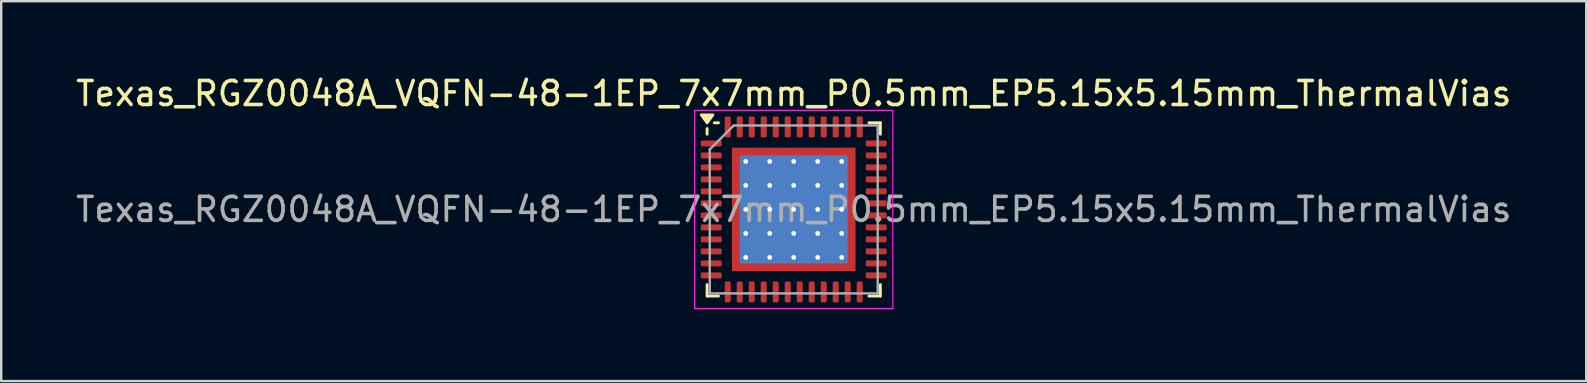
<source format=kicad_pcb>
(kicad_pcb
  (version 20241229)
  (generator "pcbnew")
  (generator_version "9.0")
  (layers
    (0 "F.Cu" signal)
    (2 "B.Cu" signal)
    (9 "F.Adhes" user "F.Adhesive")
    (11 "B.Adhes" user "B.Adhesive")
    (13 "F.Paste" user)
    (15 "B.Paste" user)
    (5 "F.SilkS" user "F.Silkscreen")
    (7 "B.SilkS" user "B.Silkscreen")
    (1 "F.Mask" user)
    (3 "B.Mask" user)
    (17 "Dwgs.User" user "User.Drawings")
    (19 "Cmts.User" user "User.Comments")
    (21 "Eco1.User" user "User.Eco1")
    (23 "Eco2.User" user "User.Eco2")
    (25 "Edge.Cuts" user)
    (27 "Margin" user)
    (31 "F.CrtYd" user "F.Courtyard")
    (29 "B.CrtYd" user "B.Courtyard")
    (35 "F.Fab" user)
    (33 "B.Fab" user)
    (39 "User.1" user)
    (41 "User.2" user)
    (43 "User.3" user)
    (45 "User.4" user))
  (footprint "Texas_RGZ0048A_VQFN-48-1EP_7x7mm_P0.5mm_EP5.15x5.15mm_ThermalVias"
    (layer "F.Cu")
    (at 30.03 5.678)
    (property "Reference" "Texas_RGZ0048A_VQFN-48-1EP_7x7mm_P0.5mm_EP5.15x5.15mm_ThermalVias" (at 0 -4.83 0) (layer "F.SilkS") (effects (font (size 1 1) (thickness 0.15))))
    (attr smd)
    (fp_line (start -3.61 -3.135) (end -3.61 -3.37) (stroke (width 0.12) (type solid)) (layer "F.SilkS"))
    (fp_line (start -3.61 3.61) (end -3.61 3.135) (stroke (width 0.12) (type solid)) (layer "F.SilkS"))
    (fp_line (start -3.135 -3.61) (end -3.31 -3.61) (stroke (width 0.12) (type solid)) (layer "F.SilkS"))
    (fp_line (start -3.135 3.61) (end -3.61 3.61) (stroke (width 0.12) (type solid)) (layer "F.SilkS"))
    (fp_line (start 3.135 -3.61) (end 3.61 -3.61) (stroke (width 0.12) (type solid)) (layer "F.SilkS"))
    (fp_line (start 3.135 3.61) (end 3.61 3.61) (stroke (width 0.12) (type solid)) (layer "F.SilkS"))
    (fp_line (start 3.61 -3.61) (end 3.61 -3.135) (stroke (width 0.12) (type solid)) (layer "F.SilkS"))
    (fp_line (start 3.61 3.61) (end 3.61 3.135) (stroke (width 0.12) (type solid)) (layer "F.SilkS"))
    (fp_poly (pts (xy -3.61 -3.61) (xy -3.85 -3.94) (xy -3.37 -3.94) (xy -3.61 -3.61)) (stroke (width 0.12) (type solid)) (fill yes) (layer "F.SilkS"))
    (fp_line (start -4.13 -4.13) (end -4.13 4.13) (stroke (width 0.05) (type solid)) (layer "F.CrtYd"))
    (fp_line (start -4.13 4.13) (end 4.13 4.13) (stroke (width 0.05) (type solid)) (layer "F.CrtYd"))
    (fp_line (start 4.13 -4.13) (end -4.13 -4.13) (stroke (width 0.05) (type solid)) (layer "F.CrtYd"))
    (fp_line (start 4.13 4.13) (end 4.13 -4.13) (stroke (width 0.05) (type solid)) (layer "F.CrtYd"))
    (fp_line (start -3.5 -2.5) (end -2.5 -3.5) (stroke (width 0.1) (type solid)) (layer "F.Fab"))
    (fp_line (start -3.5 3.5) (end -3.5 -2.5) (stroke (width 0.1) (type solid)) (layer "F.Fab"))
    (fp_line (start -2.5 -3.5) (end 3.5 -3.5) (stroke (width 0.1) (type solid)) (layer "F.Fab"))
    (fp_line (start 3.5 -3.5) (end 3.5 3.5) (stroke (width 0.1) (type solid)) (layer "F.Fab"))
    (fp_line (start 3.5 3.5) (end -3.5 3.5) (stroke (width 0.1) (type solid)) (layer "F.Fab"))
    (fp_text user "${REFERENCE}" (at 0 0 0) (layer "F.Fab") (effects (font (size 1 1) (thickness 0.15))))
    (pad "" smd custom (at -2.288 -2.288) (size 0.342 0.342) (layers "F.Paste") (options (anchor circle)) (primitives (gr_poly (pts (xy -0.116 -0.116) (xy 0.116 -0.116) (xy 0.116 0.012) (xy 0.012 0.116) (xy -0.116 0.116)) (width 0.232) (fill yes))))
    (pad "" smd custom (at -2.288 -1.5) (size 0.371 0.371) (layers "F.Paste") (options (anchor circle)) (primitives (gr_poly (pts (xy -0.14 -0.311) (xy 0.063 -0.311) (xy 0.14 -0.235) (xy 0.14 0.235) (xy 0.063 0.311) (xy -0.14 0.311)) (width 0.184) (fill yes))))
    (pad "" smd custom (at -2.288 -0.5) (size 0.371 0.371) (layers "F.Paste") (options (anchor circle)) (primitives (gr_poly (pts (xy -0.14 -0.311) (xy 0.063 -0.311) (xy 0.14 -0.235) (xy 0.14 0.235) (xy 0.063 0.311) (xy -0.14 0.311)) (width 0.184) (fill yes))))
    (pad "" smd custom (at -2.288 0.5) (size 0.371 0.371) (layers "F.Paste") (options (anchor circle)) (primitives (gr_poly (pts (xy -0.14 -0.311) (xy 0.063 -0.311) (xy 0.14 -0.235) (xy 0.14 0.235) (xy 0.063 0.311) (xy -0.14 0.311)) (width 0.184) (fill yes))))
    (pad "" smd custom (at -2.288 1.5) (size 0.371 0.371) (layers "F.Paste") (options (anchor circle)) (primitives (gr_poly (pts (xy -0.14 -0.311) (xy 0.063 -0.311) (xy 0.14 -0.235) (xy 0.14 0.235) (xy 0.063 0.311) (xy -0.14 0.311)) (width 0.184) (fill yes))))
    (pad "" smd custom (at -2.288 2.288) (size 0.342 0.342) (layers "F.Paste") (options (anchor circle)) (primitives (gr_poly (pts (xy -0.116 -0.116) (xy 0.012 -0.116) (xy 0.116 -0.012) (xy 0.116 0.116) (xy -0.116 0.116)) (width 0.232) (fill yes))))
    (pad "" smd custom (at -1.5 -2.288) (size 0.371 0.371) (layers "F.Paste") (options (anchor circle)) (primitives (gr_poly (pts (xy -0.311 -0.14) (xy 0.311 -0.14) (xy 0.311 0.063) (xy 0.235 0.14) (xy -0.235 0.14) (xy -0.311 0.063)) (width 0.184) (fill yes))))
    (pad "" smd roundrect (at -1.5 -1.5) (size 0.806 0.806) (layers "F.Paste") (roundrect_rratio 0.25))
    (pad "" smd roundrect (at -1.5 -0.5) (size 0.806 0.806) (layers "F.Paste") (roundrect_rratio 0.25))
    (pad "" smd roundrect (at -1.5 0.5) (size 0.806 0.806) (layers "F.Paste") (roundrect_rratio 0.25))
    (pad "" smd roundrect (at -1.5 1.5) (size 0.806 0.806) (layers "F.Paste") (roundrect_rratio 0.25))
    (pad "" smd custom (at -1.5 2.288) (size 0.371 0.371) (layers "F.Paste") (options (anchor circle)) (primitives (gr_poly (pts (xy -0.311 -0.063) (xy -0.235 -0.14) (xy 0.235 -0.14) (xy 0.311 -0.063) (xy 0.311 0.14) (xy -0.311 0.14)) (width 0.184) (fill yes))))
    (pad "" smd custom (at -0.5 -2.288) (size 0.371 0.371) (layers "F.Paste") (options (anchor circle)) (primitives (gr_poly (pts (xy -0.311 -0.14) (xy 0.311 -0.14) (xy 0.311 0.063) (xy 0.235 0.14) (xy -0.235 0.14) (xy -0.311 0.063)) (width 0.184) (fill yes))))
    (pad "" smd roundrect (at -0.5 -1.5) (size 0.806 0.806) (layers "F.Paste") (roundrect_rratio 0.25))
    (pad "" smd roundrect (at -0.5 -0.5) (size 0.806 0.806) (layers "F.Paste") (roundrect_rratio 0.25))
    (pad "" smd roundrect (at -0.5 0.5) (size 0.806 0.806) (layers "F.Paste") (roundrect_rratio 0.25))
    (pad "" smd roundrect (at -0.5 1.5) (size 0.806 0.806) (layers "F.Paste") (roundrect_rratio 0.25))
    (pad "" smd custom (at -0.5 2.288) (size 0.371 0.371) (layers "F.Paste") (options (anchor circle)) (primitives (gr_poly (pts (xy -0.311 -0.063) (xy -0.235 -0.14) (xy 0.235 -0.14) (xy 0.311 -0.063) (xy 0.311 0.14) (xy -0.311 0.14)) (width 0.184) (fill yes))))
    (pad "" smd custom (at 0.5 -2.288) (size 0.371 0.371) (layers "F.Paste") (options (anchor circle)) (primitives (gr_poly (pts (xy -0.311 -0.14) (xy 0.311 -0.14) (xy 0.311 0.063) (xy 0.235 0.14) (xy -0.235 0.14) (xy -0.311 0.063)) (width 0.184) (fill yes))))
    (pad "" smd roundrect (at 0.5 -1.5) (size 0.806 0.806) (layers "F.Paste") (roundrect_rratio 0.25))
    (pad "" smd roundrect (at 0.5 -0.5) (size 0.806 0.806) (layers "F.Paste") (roundrect_rratio 0.25))
    (pad "" smd roundrect (at 0.5 0.5) (size 0.806 0.806) (layers "F.Paste") (roundrect_rratio 0.25))
    (pad "" smd roundrect (at 0.5 1.5) (size 0.806 0.806) (layers "F.Paste") (roundrect_rratio 0.25))
    (pad "" smd custom (at 0.5 2.288) (size 0.371 0.371) (layers "F.Paste") (options (anchor circle)) (primitives (gr_poly (pts (xy -0.311 -0.063) (xy -0.235 -0.14) (xy 0.235 -0.14) (xy 0.311 -0.063) (xy 0.311 0.14) (xy -0.311 0.14)) (width 0.184) (fill yes))))
    (pad "" smd custom (at 1.5 -2.288) (size 0.371 0.371) (layers "F.Paste") (options (anchor circle)) (primitives (gr_poly (pts (xy -0.311 -0.14) (xy 0.311 -0.14) (xy 0.311 0.063) (xy 0.235 0.14) (xy -0.235 0.14) (xy -0.311 0.063)) (width 0.184) (fill yes))))
    (pad "" smd roundrect (at 1.5 -1.5) (size 0.806 0.806) (layers "F.Paste") (roundrect_rratio 0.25))
    (pad "" smd roundrect (at 1.5 -0.5) (size 0.806 0.806) (layers "F.Paste") (roundrect_rratio 0.25))
    (pad "" smd roundrect (at 1.5 0.5) (size 0.806 0.806) (layers "F.Paste") (roundrect_rratio 0.25))
    (pad "" smd roundrect (at 1.5 1.5) (size 0.806 0.806) (layers "F.Paste") (roundrect_rratio 0.25))
    (pad "" smd custom (at 1.5 2.288) (size 0.371 0.371) (layers "F.Paste") (options (anchor circle)) (primitives (gr_poly (pts (xy -0.311 -0.063) (xy -0.235 -0.14) (xy 0.235 -0.14) (xy 0.311 -0.063) (xy 0.311 0.14) (xy -0.311 0.14)) (width 0.184) (fill yes))))
    (pad "" smd custom (at 2.288 -2.288) (size 0.342 0.342) (layers "F.Paste") (options (anchor circle)) (primitives (gr_poly (pts (xy -0.116 -0.116) (xy 0.116 -0.116) (xy 0.116 0.116) (xy -0.012 0.116) (xy -0.116 0.012)) (width 0.232) (fill yes))))
    (pad "" smd custom (at 2.288 -1.5) (size 0.371 0.371) (layers "F.Paste") (options (anchor circle)) (primitives (gr_poly (pts (xy -0.14 -0.235) (xy -0.063 -0.311) (xy 0.14 -0.311) (xy 0.14 0.311) (xy -0.063 0.311) (xy -0.14 0.235)) (width 0.184) (fill yes))))
    (pad "" smd custom (at 2.288 -0.5) (size 0.371 0.371) (layers "F.Paste") (options (anchor circle)) (primitives (gr_poly (pts (xy -0.14 -0.235) (xy -0.063 -0.311) (xy 0.14 -0.311) (xy 0.14 0.311) (xy -0.063 0.311) (xy -0.14 0.235)) (width 0.184) (fill yes))))
    (pad "" smd custom (at 2.288 0.5) (size 0.371 0.371) (layers "F.Paste") (options (anchor circle)) (primitives (gr_poly (pts (xy -0.14 -0.235) (xy -0.063 -0.311) (xy 0.14 -0.311) (xy 0.14 0.311) (xy -0.063 0.311) (xy -0.14 0.235)) (width 0.184) (fill yes))))
    (pad "" smd custom (at 2.288 1.5) (size 0.371 0.371) (layers "F.Paste") (options (anchor circle)) (primitives (gr_poly (pts (xy -0.14 -0.235) (xy -0.063 -0.311) (xy 0.14 -0.311) (xy 0.14 0.311) (xy -0.063 0.311) (xy -0.14 0.235)) (width 0.184) (fill yes))))
    (pad "" smd custom (at 2.288 2.288) (size 0.342 0.342) (layers "F.Paste") (options (anchor circle)) (primitives (gr_poly (pts (xy -0.116 -0.012) (xy -0.012 -0.116) (xy 0.116 -0.116) (xy 0.116 0.116) (xy -0.116 0.116)) (width 0.232) (fill yes))))
    (pad "1" smd roundrect (at -3.438 -2.75) (size 0.875 0.25) (layers "F.Cu" "F.Mask" "F.Paste") (roundrect_rratio 0.25))
    (pad "2" smd roundrect (at -3.438 -2.25) (size 0.875 0.25) (layers "F.Cu" "F.Mask" "F.Paste") (roundrect_rratio 0.25))
    (pad "3" smd roundrect (at -3.438 -1.75) (size 0.875 0.25) (layers "F.Cu" "F.Mask" "F.Paste") (roundrect_rratio 0.25))
    (pad "4" smd roundrect (at -3.438 -1.25) (size 0.875 0.25) (layers "F.Cu" "F.Mask" "F.Paste") (roundrect_rratio 0.25))
    (pad "5" smd roundrect (at -3.438 -0.75) (size 0.875 0.25) (layers "F.Cu" "F.Mask" "F.Paste") (roundrect_rratio 0.25))
    (pad "6" smd roundrect (at -3.438 -0.25) (size 0.875 0.25) (layers "F.Cu" "F.Mask" "F.Paste") (roundrect_rratio 0.25))
    (pad "7" smd roundrect (at -3.438 0.25) (size 0.875 0.25) (layers "F.Cu" "F.Mask" "F.Paste") (roundrect_rratio 0.25))
    (pad "8" smd roundrect (at -3.438 0.75) (size 0.875 0.25) (layers "F.Cu" "F.Mask" "F.Paste") (roundrect_rratio 0.25))
    (pad "9" smd roundrect (at -3.438 1.25) (size 0.875 0.25) (layers "F.Cu" "F.Mask" "F.Paste") (roundrect_rratio 0.25))
    (pad "10" smd roundrect (at -3.438 1.75) (size 0.875 0.25) (layers "F.Cu" "F.Mask" "F.Paste") (roundrect_rratio 0.25))
    (pad "11" smd roundrect (at -3.438 2.25) (size 0.875 0.25) (layers "F.Cu" "F.Mask" "F.Paste") (roundrect_rratio 0.25))
    (pad "12" smd roundrect (at -3.438 2.75) (size 0.875 0.25) (layers "F.Cu" "F.Mask" "F.Paste") (roundrect_rratio 0.25))
    (pad "13" smd roundrect (at -2.75 3.438) (size 0.25 0.875) (layers "F.Cu" "F.Mask" "F.Paste") (roundrect_rratio 0.25))
    (pad "14" smd roundrect (at -2.25 3.438) (size 0.25 0.875) (layers "F.Cu" "F.Mask" "F.Paste") (roundrect_rratio 0.25))
    (pad "15" smd roundrect (at -1.75 3.438) (size 0.25 0.875) (layers "F.Cu" "F.Mask" "F.Paste") (roundrect_rratio 0.25))
    (pad "16" smd roundrect (at -1.25 3.438) (size 0.25 0.875) (layers "F.Cu" "F.Mask" "F.Paste") (roundrect_rratio 0.25))
    (pad "17" smd roundrect (at -0.75 3.438) (size 0.25 0.875) (layers "F.Cu" "F.Mask" "F.Paste") (roundrect_rratio 0.25))
    (pad "18" smd roundrect (at -0.25 3.438) (size 0.25 0.875) (layers "F.Cu" "F.Mask" "F.Paste") (roundrect_rratio 0.25))
    (pad "19" smd roundrect (at 0.25 3.438) (size 0.25 0.875) (layers "F.Cu" "F.Mask" "F.Paste") (roundrect_rratio 0.25))
    (pad "20" smd roundrect (at 0.75 3.438) (size 0.25 0.875) (layers "F.Cu" "F.Mask" "F.Paste") (roundrect_rratio 0.25))
    (pad "21" smd roundrect (at 1.25 3.438) (size 0.25 0.875) (layers "F.Cu" "F.Mask" "F.Paste") (roundrect_rratio 0.25))
    (pad "22" smd roundrect (at 1.75 3.438) (size 0.25 0.875) (layers "F.Cu" "F.Mask" "F.Paste") (roundrect_rratio 0.25))
    (pad "23" smd roundrect (at 2.25 3.438) (size 0.25 0.875) (layers "F.Cu" "F.Mask" "F.Paste") (roundrect_rratio 0.25))
    (pad "24" smd roundrect (at 2.75 3.438) (size 0.25 0.875) (layers "F.Cu" "F.Mask" "F.Paste") (roundrect_rratio 0.25))
    (pad "25" smd roundrect (at 3.438 2.75) (size 0.875 0.25) (layers "F.Cu" "F.Mask" "F.Paste") (roundrect_rratio 0.25))
    (pad "26" smd roundrect (at 3.438 2.25) (size 0.875 0.25) (layers "F.Cu" "F.Mask" "F.Paste") (roundrect_rratio 0.25))
    (pad "27" smd roundrect (at 3.438 1.75) (size 0.875 0.25) (layers "F.Cu" "F.Mask" "F.Paste") (roundrect_rratio 0.25))
    (pad "28" smd roundrect (at 3.438 1.25) (size 0.875 0.25) (layers "F.Cu" "F.Mask" "F.Paste") (roundrect_rratio 0.25))
    (pad "29" smd roundrect (at 3.438 0.75) (size 0.875 0.25) (layers "F.Cu" "F.Mask" "F.Paste") (roundrect_rratio 0.25))
    (pad "30" smd roundrect (at 3.438 0.25) (size 0.875 0.25) (layers "F.Cu" "F.Mask" "F.Paste") (roundrect_rratio 0.25))
    (pad "31" smd roundrect (at 3.438 -0.25) (size 0.875 0.25) (layers "F.Cu" "F.Mask" "F.Paste") (roundrect_rratio 0.25))
    (pad "32" smd roundrect (at 3.438 -0.75) (size 0.875 0.25) (layers "F.Cu" "F.Mask" "F.Paste") (roundrect_rratio 0.25))
    (pad "33" smd roundrect (at 3.438 -1.25) (size 0.875 0.25) (layers "F.Cu" "F.Mask" "F.Paste") (roundrect_rratio 0.25))
    (pad "34" smd roundrect (at 3.438 -1.75) (size 0.875 0.25) (layers "F.Cu" "F.Mask" "F.Paste") (roundrect_rratio 0.25))
    (pad "35" smd roundrect (at 3.438 -2.25) (size 0.875 0.25) (layers "F.Cu" "F.Mask" "F.Paste") (roundrect_rratio 0.25))
    (pad "36" smd roundrect (at 3.438 -2.75) (size 0.875 0.25) (layers "F.Cu" "F.Mask" "F.Paste") (roundrect_rratio 0.25))
    (pad "37" smd roundrect (at 2.75 -3.438) (size 0.25 0.875) (layers "F.Cu" "F.Mask" "F.Paste") (roundrect_rratio 0.25))
    (pad "38" smd roundrect (at 2.25 -3.438) (size 0.25 0.875) (layers "F.Cu" "F.Mask" "F.Paste") (roundrect_rratio 0.25))
    (pad "39" smd roundrect (at 1.75 -3.438) (size 0.25 0.875) (layers "F.Cu" "F.Mask" "F.Paste") (roundrect_rratio 0.25))
    (pad "40" smd roundrect (at 1.25 -3.438) (size 0.25 0.875) (layers "F.Cu" "F.Mask" "F.Paste") (roundrect_rratio 0.25))
    (pad "41" smd roundrect (at 0.75 -3.438) (size 0.25 0.875) (layers "F.Cu" "F.Mask" "F.Paste") (roundrect_rratio 0.25))
    (pad "42" smd roundrect (at 0.25 -3.438) (size 0.25 0.875) (layers "F.Cu" "F.Mask" "F.Paste") (roundrect_rratio 0.25))
    (pad "43" smd roundrect (at -0.25 -3.438) (size 0.25 0.875) (layers "F.Cu" "F.Mask" "F.Paste") (roundrect_rratio 0.25))
    (pad "44" smd roundrect (at -0.75 -3.438) (size 0.25 0.875) (layers "F.Cu" "F.Mask" "F.Paste") (roundrect_rratio 0.25))
    (pad "45" smd roundrect (at -1.25 -3.438) (size 0.25 0.875) (layers "F.Cu" "F.Mask" "F.Paste") (roundrect_rratio 0.25))
    (pad "46" smd roundrect (at -1.75 -3.438) (size 0.25 0.875) (layers "F.Cu" "F.Mask" "F.Paste") (roundrect_rratio 0.25))
    (pad "47" smd roundrect (at -2.25 -3.438) (size 0.25 0.875) (layers "F.Cu" "F.Mask" "F.Paste") (roundrect_rratio 0.25))
    (pad "48" smd roundrect (at -2.75 -3.438) (size 0.25 0.875) (layers "F.Cu" "F.Mask" "F.Paste") (roundrect_rratio 0.25))
    (pad "49" thru_hole circle (at -2 -2) (size 0.5 0.5) (drill 0.2) (property pad_prop_heatsink) (layers "*.Cu"))
    (pad "49" thru_hole circle (at -2 -1) (size 0.5 0.5) (drill 0.2) (property pad_prop_heatsink) (layers "*.Cu"))
    (pad "49" thru_hole circle (at -2 0) (size 0.5 0.5) (drill 0.2) (property pad_prop_heatsink) (layers "*.Cu"))
    (pad "49" thru_hole circle (at -2 1) (size 0.5 0.5) (drill 0.2) (property pad_prop_heatsink) (layers "*.Cu"))
    (pad "49" thru_hole circle (at -2 2) (size 0.5 0.5) (drill 0.2) (property pad_prop_heatsink) (layers "*.Cu"))
    (pad "49" thru_hole circle (at -1 -2) (size 0.5 0.5) (drill 0.2) (property pad_prop_heatsink) (layers "*.Cu"))
    (pad "49" thru_hole circle (at -1 -1) (size 0.5 0.5) (drill 0.2) (property pad_prop_heatsink) (layers "*.Cu"))
    (pad "49" thru_hole circle (at -1 0) (size 0.5 0.5) (drill 0.2) (property pad_prop_heatsink) (layers "*.Cu"))
    (pad "49" thru_hole circle (at -1 1) (size 0.5 0.5) (drill 0.2) (property pad_prop_heatsink) (layers "*.Cu"))
    (pad "49" thru_hole circle (at -1 2) (size 0.5 0.5) (drill 0.2) (property pad_prop_heatsink) (layers "*.Cu"))
    (pad "49" thru_hole circle (at 0 -2) (size 0.5 0.5) (drill 0.2) (property pad_prop_heatsink) (layers "*.Cu"))
    (pad "49" thru_hole circle (at 0 -1) (size 0.5 0.5) (drill 0.2) (property pad_prop_heatsink) (layers "*.Cu"))
    (pad "49" thru_hole circle (at 0 0) (size 0.5 0.5) (drill 0.2) (property pad_prop_heatsink) (layers "*.Cu"))
    (pad "49" smd rect (at 0 0) (size 4.5 4.5) (property pad_prop_heatsink) (layers "B.Cu"))
    (pad "49" smd rect (at 0 0) (size 5.15 5.15) (property pad_prop_heatsink) (layers "F.Cu" "F.Mask"))
    (pad "49" thru_hole circle (at 0 1) (size 0.5 0.5) (drill 0.2) (property pad_prop_heatsink) (layers "*.Cu"))
    (pad "49" thru_hole circle (at 0 2) (size 0.5 0.5) (drill 0.2) (property pad_prop_heatsink) (layers "*.Cu"))
    (pad "49" thru_hole circle (at 1 -2) (size 0.5 0.5) (drill 0.2) (property pad_prop_heatsink) (layers "*.Cu"))
    (pad "49" thru_hole circle (at 1 -1) (size 0.5 0.5) (drill 0.2) (property pad_prop_heatsink) (layers "*.Cu"))
    (pad "49" thru_hole circle (at 1 0) (size 0.5 0.5) (drill 0.2) (property pad_prop_heatsink) (layers "*.Cu"))
    (pad "49" thru_hole circle (at 1 1) (size 0.5 0.5) (drill 0.2) (property pad_prop_heatsink) (layers "*.Cu"))
    (pad "49" thru_hole circle (at 1 2) (size 0.5 0.5) (drill 0.2) (property pad_prop_heatsink) (layers "*.Cu"))
    (pad "49" thru_hole circle (at 2 -2) (size 0.5 0.5) (drill 0.2) (property pad_prop_heatsink) (layers "*.Cu"))
    (pad "49" thru_hole circle (at 2 -1) (size 0.5 0.5) (drill 0.2) (property pad_prop_heatsink) (layers "*.Cu"))
    (pad "49" thru_hole circle (at 2 0) (size 0.5 0.5) (drill 0.2) (property pad_prop_heatsink) (layers "*.Cu"))
    (pad "49" thru_hole circle (at 2 1) (size 0.5 0.5) (drill 0.2) (property pad_prop_heatsink) (layers "*.Cu"))
    (pad "49" thru_hole circle (at 2 2) (size 0.5 0.5) (drill 0.2) (property pad_prop_heatsink) (layers "*.Cu")))
  (gr_rect
    (start -3 -3)
    (end 63.06 12.833)
    (stroke (width 0.1) (type default))
    (fill no)
    (layer "Edge.Cuts")))
</source>
